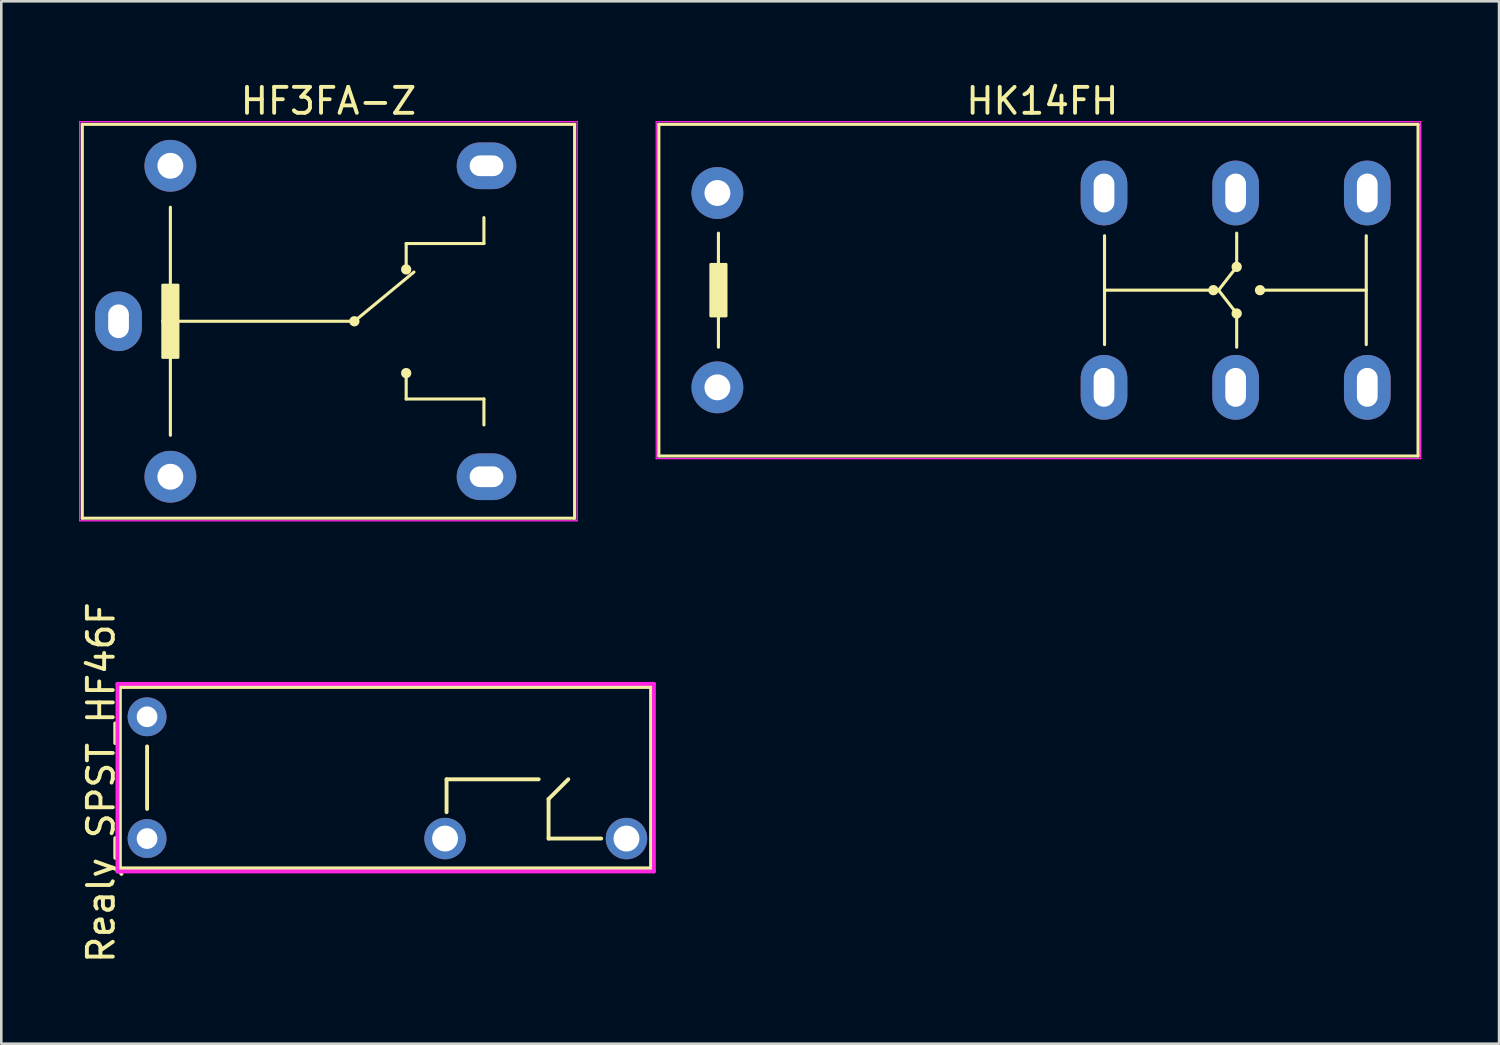
<source format=kicad_pcb>
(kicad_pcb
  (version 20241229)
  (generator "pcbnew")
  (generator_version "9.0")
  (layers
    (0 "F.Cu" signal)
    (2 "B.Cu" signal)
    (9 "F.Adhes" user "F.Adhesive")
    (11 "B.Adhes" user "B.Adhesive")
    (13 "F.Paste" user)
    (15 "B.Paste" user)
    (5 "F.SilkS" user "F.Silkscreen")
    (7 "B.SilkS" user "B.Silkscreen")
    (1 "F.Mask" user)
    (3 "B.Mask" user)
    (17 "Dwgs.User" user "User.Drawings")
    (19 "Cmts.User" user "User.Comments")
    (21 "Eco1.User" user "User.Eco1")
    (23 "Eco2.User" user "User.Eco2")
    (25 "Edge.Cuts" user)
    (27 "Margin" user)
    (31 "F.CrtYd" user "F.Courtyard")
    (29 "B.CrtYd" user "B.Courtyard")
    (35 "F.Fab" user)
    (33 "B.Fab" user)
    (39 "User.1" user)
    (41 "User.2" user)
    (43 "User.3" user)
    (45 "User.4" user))
  (footprint "Realy_SPST_HF46F"
    (layer "F.Cu")
    (at 2.626 24.611)
    (property "Reference" "Realy_SPST_HF46F" (at -1.778 2.54 90) (layer "F.SilkS") (effects (font (size 1 1) (thickness 0.15))))
    (attr through_hole)
    (fp_line (start -1.05 -1.15) (end -1.05 5.85) (stroke (width 0.15) (type solid)) (layer "F.SilkS"))
    (fp_line (start -1.05 -1.15) (end 19.45 -1.15) (stroke (width 0.15) (type solid)) (layer "F.SilkS"))
    (fp_line (start 0 1.143) (end 0 3.556) (stroke (width 0.15) (type solid)) (layer "F.SilkS"))
    (fp_line (start 11.557 2.413) (end 11.557 3.683) (stroke (width 0.15) (type solid)) (layer "F.SilkS"))
    (fp_line (start 11.557 2.413) (end 15.113 2.413) (stroke (width 0.15) (type solid)) (layer "F.SilkS"))
    (fp_line (start 15.494 3.175) (end 15.494 4.699) (stroke (width 0.15) (type solid)) (layer "F.SilkS"))
    (fp_line (start 15.494 3.175) (end 16.256 2.413) (stroke (width 0.15) (type solid)) (layer "F.SilkS"))
    (fp_line (start 17.526 4.699) (end 15.494 4.699) (stroke (width 0.15) (type solid)) (layer "F.SilkS"))
    (fp_line (start 19.45 -1.15) (end 19.45 5.85) (stroke (width 0.15) (type solid)) (layer "F.SilkS"))
    (fp_line (start 19.45 5.85) (end -1.05 5.85) (stroke (width 0.15) (type solid)) (layer "F.SilkS"))
    (fp_line (start -1.143 -1.27) (end 19.558 -1.27) (stroke (width 0.15) (type solid)) (layer "F.CrtYd"))
    (fp_line (start -1.143 5.969) (end -1.143 -1.27) (stroke (width 0.15) (type solid)) (layer "F.CrtYd"))
    (fp_line (start 19.558 -1.27) (end 19.558 5.969) (stroke (width 0.15) (type solid)) (layer "F.CrtYd"))
    (fp_line (start 19.558 5.969) (end -1.143 5.969) (stroke (width 0.15) (type solid)) (layer "F.CrtYd"))
    (pad "1" thru_hole circle (at 0 0) (size 1.5 1.5) (drill 0.8) (layers "*.Cu" "*.Mask"))
    (pad "2" thru_hole circle (at 0 4.7) (size 1.5 1.5) (drill 0.8) (layers "*.Cu" "*.Mask"))
    (pad "3" thru_hole circle (at 11.5 4.7) (size 1.6 1.6) (drill 1) (layers "*.Cu" "*.Mask"))
    (pad "4" thru_hole circle (at 18.5 4.7) (size 1.6 1.6) (drill 1) (layers "*.Cu" "*.Mask")))
  (footprint "HF3FA-Z"
    (layer "F.Cu")
    (at 9.625 9.348)
    (property "Reference" "HF3FA-Z" (at 0 -8.5 0) (layer "F.SilkS") (effects (font (size 1 1) (thickness 0.15))))
    (attr through_hole)
    (fp_line (start -9.5 -7.6) (end 9.5 -7.6) (stroke (width 0.12) (type solid)) (layer "F.SilkS"))
    (fp_line (start -9.5 7.6) (end -9.5 -7.6) (stroke (width 0.12) (type solid)) (layer "F.SilkS"))
    (fp_line (start -6.4 0) (end 1 0) (stroke (width 0.12) (type solid)) (layer "F.SilkS"))
    (fp_line (start -6.1 -4.4) (end -6.1 4.4) (stroke (width 0.12) (type solid)) (layer "F.SilkS"))
    (fp_line (start 1 0) (end 3.3 -1.9) (stroke (width 0.12) (type solid)) (layer "F.SilkS"))
    (fp_line (start 3 -3) (end 3 -2) (stroke (width 0.12) (type solid)) (layer "F.SilkS"))
    (fp_line (start 3 3) (end 3 2) (stroke (width 0.12) (type solid)) (layer "F.SilkS"))
    (fp_line (start 6 -4) (end 6 -3) (stroke (width 0.12) (type solid)) (layer "F.SilkS"))
    (fp_line (start 6 -3) (end 3 -3) (stroke (width 0.12) (type solid)) (layer "F.SilkS"))
    (fp_line (start 6 3) (end 3 3) (stroke (width 0.12) (type solid)) (layer "F.SilkS"))
    (fp_line (start 6 4) (end 6 3) (stroke (width 0.12) (type solid)) (layer "F.SilkS"))
    (fp_line (start 9.5 -7.6) (end 9.5 7.6) (stroke (width 0.12) (type solid)) (layer "F.SilkS"))
    (fp_line (start 9.5 7.6) (end -9.5 7.6) (stroke (width 0.12) (type solid)) (layer "F.SilkS"))
    (fp_circle (center 1 0) (end 1.1 0) (stroke (width 0.2) (type solid)) (fill no) (layer "F.SilkS"))
    (fp_circle (center 3 -2) (end 3.1 -2) (stroke (width 0.2) (type solid)) (fill no) (layer "F.SilkS"))
    (fp_circle (center 3 2) (end 3.1 2) (stroke (width 0.2) (type solid)) (fill no) (layer "F.SilkS"))
    (fp_poly (pts (xy -6.4 -1.4) (xy -5.8 -1.4) (xy -5.8 1.4) (xy -6.4 1.4)) (stroke (width 0.1) (type solid)) (fill yes) (layer "F.SilkS"))
    (fp_line (start -9.6 -7.7) (end 9.6 -7.7) (stroke (width 0.05) (type solid)) (layer "F.CrtYd"))
    (fp_line (start -9.6 7.7) (end -9.6 -7.7) (stroke (width 0.05) (type solid)) (layer "F.CrtYd"))
    (fp_line (start 9.6 -7.7) (end 9.6 7.7) (stroke (width 0.05) (type solid)) (layer "F.CrtYd"))
    (fp_line (start 9.6 7.7) (end -9.6 7.7) (stroke (width 0.05) (type solid)) (layer "F.CrtYd"))
    (pad "1" thru_hole oval (at -6.1 6) (size 2 2) (drill 1) (layers "*.Cu" "*.Mask"))
    (pad "2" thru_hole circle (at -6.1 -6) (size 2 2) (drill 1) (layers "*.Cu" "*.Mask"))
    (pad "3" thru_hole oval (at -8.1 0) (size 1.8 2.3) (drill oval 0.8 1.3) (layers "*.Cu" "*.Mask"))
    (pad "4" thru_hole oval (at 6.1 6) (size 2.3 1.8) (drill oval 1.3 0.8) (layers "*.Cu" "*.Mask"))
    (pad "5" thru_hole oval (at 6.1 -6) (size 2.3 1.8) (drill oval 1.3 0.8) (layers "*.Cu" "*.Mask")))
  (footprint "HK14FH"
    (layer "F.Cu")
    (at 37.175 8.148)
    (property "Reference" "HK14FH" (at 0 -7.3 0) (layer "F.SilkS") (effects (font (size 1 1) (thickness 0.15))))
    (attr through_hole)
    (fp_line (start -14.8 -6.4) (end -14.8 6.4) (stroke (width 0.12) (type solid)) (layer "F.SilkS"))
    (fp_line (start -14.8 6.4) (end 14.5 6.4) (stroke (width 0.12) (type solid)) (layer "F.SilkS"))
    (fp_line (start -12.5 -2.2) (end -12.5 2.2) (stroke (width 0.12) (type solid)) (layer "F.SilkS"))
    (fp_line (start 2.4 -2.1) (end 2.4 2.1) (stroke (width 0.12) (type solid)) (layer "F.SilkS"))
    (fp_line (start 2.4 0) (end 6.6 0) (stroke (width 0.12) (type solid)) (layer "F.SilkS"))
    (fp_line (start 7.5 -2.2) (end 7.5 -0.9) (stroke (width 0.12) (type solid)) (layer "F.SilkS"))
    (fp_line (start 7.5 -0.9) (end 6.8 0) (stroke (width 0.12) (type solid)) (layer "F.SilkS"))
    (fp_line (start 7.5 0.9) (end 6.8 0) (stroke (width 0.12) (type solid)) (layer "F.SilkS"))
    (fp_line (start 7.5 2.2) (end 7.5 0.9) (stroke (width 0.12) (type solid)) (layer "F.SilkS"))
    (fp_line (start 12.5 -2.1) (end 12.5 2.1) (stroke (width 0.12) (type solid)) (layer "F.SilkS"))
    (fp_line (start 12.5 0) (end 8.4 0) (stroke (width 0.12) (type solid)) (layer "F.SilkS"))
    (fp_line (start 14.5 -6.4) (end -14.8 -6.4) (stroke (width 0.12) (type solid)) (layer "F.SilkS"))
    (fp_line (start 14.5 6.4) (end 14.5 -6.4) (stroke (width 0.12) (type solid)) (layer "F.SilkS"))
    (fp_circle (center 6.6 0) (end 6.7 0) (stroke (width 0.2) (type solid)) (fill no) (layer "F.SilkS"))
    (fp_circle (center 7.5 -0.9) (end 7.6 -0.9) (stroke (width 0.2) (type solid)) (fill no) (layer "F.SilkS"))
    (fp_circle (center 7.5 0.9) (end 7.6 0.9) (stroke (width 0.2) (type solid)) (fill no) (layer "F.SilkS"))
    (fp_circle (center 8.4 0) (end 8.5 0) (stroke (width 0.2) (type solid)) (fill no) (layer "F.SilkS"))
    (fp_poly (pts (xy -12.8 -1) (xy -12.2 -1) (xy -12.2 1) (xy -12.8 1)) (stroke (width 0.1) (type solid)) (fill yes) (layer "F.SilkS"))
    (fp_line (start -14.9 -6.5) (end -14.9 6.5) (stroke (width 0.05) (type solid)) (layer "F.CrtYd"))
    (fp_line (start -14.9 6.5) (end 14.6 6.5) (stroke (width 0.05) (type solid)) (layer "F.CrtYd"))
    (fp_line (start 14.6 -6.5) (end -14.9 -6.5) (stroke (width 0.05) (type solid)) (layer "F.CrtYd"))
    (fp_line (start 14.6 6.5) (end 14.6 -6.5) (stroke (width 0.05) (type solid)) (layer "F.CrtYd"))
    (pad "1" thru_hole circle (at -12.54 3.75) (size 2 2) (drill 1) (layers "*.Cu" "*.Mask"))
    (pad "2" thru_hole circle (at -12.54 -3.75) (size 2 2) (drill 1) (layers "*.Cu" "*.Mask"))
    (pad "3" thru_hole oval (at 7.46 -3.75) (size 1.8 2.5) (drill oval 0.8 1.5) (layers "*.Cu" "*.Mask"))
    (pad "3" thru_hole oval (at 7.46 3.75) (size 1.8 2.5) (drill oval 0.8 1.5) (layers "*.Cu" "*.Mask"))
    (pad "4" thru_hole oval (at 12.54 -3.75) (size 1.8 2.5) (drill oval 0.8 1.5) (layers "*.Cu" "*.Mask"))
    (pad "4" thru_hole oval (at 12.54 3.75) (size 1.8 2.5) (drill oval 0.8 1.5) (layers "*.Cu" "*.Mask"))
    (pad "5" thru_hole oval (at 2.38 -3.75) (size 1.8 2.5) (drill oval 0.8 1.5) (layers "*.Cu" "*.Mask"))
    (pad "5" thru_hole oval (at 2.38 3.75) (size 1.8 2.5) (drill oval 0.8 1.5) (layers "*.Cu" "*.Mask")))
  (gr_rect
    (start -3 -3)
    (end 54.8 37.228)
    (stroke (width 0.1) (type default))
    (fill no)
    (layer "Edge.Cuts")))
</source>
